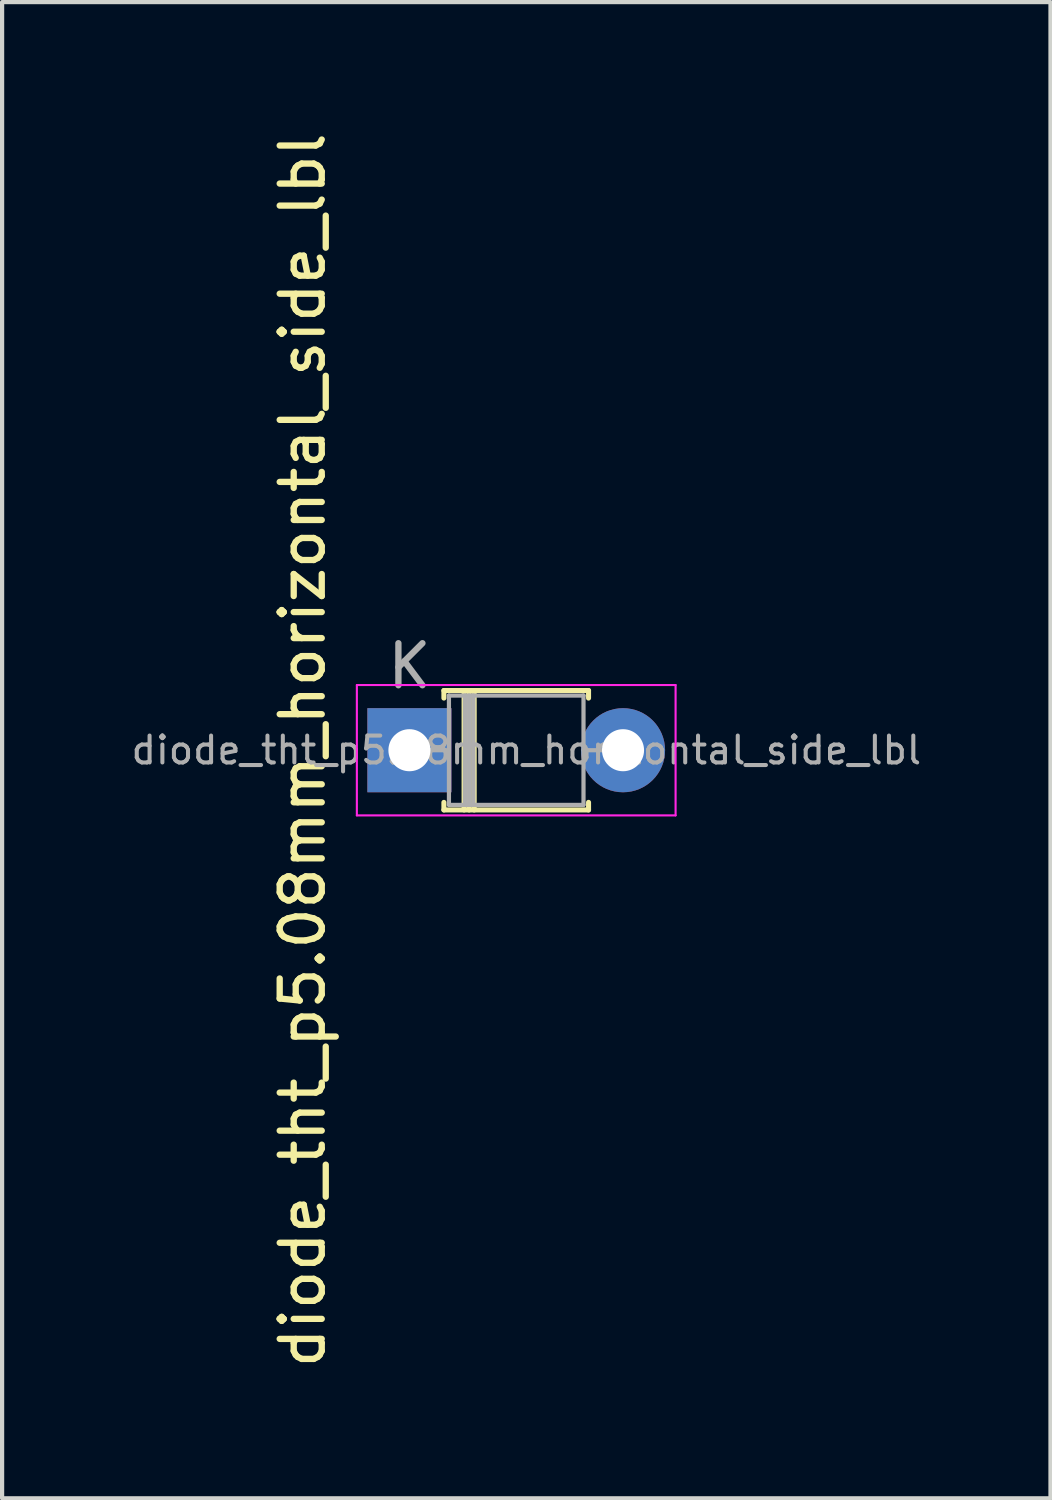
<source format=kicad_pcb>
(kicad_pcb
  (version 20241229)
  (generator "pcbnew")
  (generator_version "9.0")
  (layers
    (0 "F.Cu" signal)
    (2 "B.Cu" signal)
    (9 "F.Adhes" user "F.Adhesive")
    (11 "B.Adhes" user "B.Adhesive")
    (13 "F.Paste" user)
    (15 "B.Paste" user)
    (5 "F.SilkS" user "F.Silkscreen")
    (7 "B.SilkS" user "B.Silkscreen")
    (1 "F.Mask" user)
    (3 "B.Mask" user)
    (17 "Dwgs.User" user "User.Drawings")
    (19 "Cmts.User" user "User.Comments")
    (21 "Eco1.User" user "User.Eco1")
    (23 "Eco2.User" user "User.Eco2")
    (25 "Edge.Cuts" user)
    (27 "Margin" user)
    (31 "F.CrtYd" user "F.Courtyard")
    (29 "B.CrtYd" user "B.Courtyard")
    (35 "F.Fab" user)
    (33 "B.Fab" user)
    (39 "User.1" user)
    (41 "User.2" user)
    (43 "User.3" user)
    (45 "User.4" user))
  (footprint "diode_tht_p5.08mm_horizontal_side_lbl"
    (layer "F.Cu")
    (at 6.687 14.792)
    (property "Reference" "diode_tht_p5.08mm_horizontal_side_lbl" (at -2.54 0 270) (layer "F.SilkS") (effects (font (size 1 1) (thickness 0.15))))
    (attr through_hole)
    (fp_line (start 0.82 -1.42) (end 4.26 -1.42) (stroke (width 0.12) (type solid)) (layer "F.SilkS"))
    (fp_line (start 0.82 -1.24) (end 0.82 -1.42) (stroke (width 0.12) (type solid)) (layer "F.SilkS"))
    (fp_line (start 0.82 1.24) (end 0.82 1.42) (stroke (width 0.12) (type solid)) (layer "F.SilkS"))
    (fp_line (start 0.82 1.42) (end 4.26 1.42) (stroke (width 0.12) (type solid)) (layer "F.SilkS"))
    (fp_line (start 1.3 -1.42) (end 1.3 1.42) (stroke (width 0.12) (type solid)) (layer "F.SilkS"))
    (fp_line (start 1.42 -1.42) (end 1.42 1.42) (stroke (width 0.12) (type solid)) (layer "F.SilkS"))
    (fp_line (start 1.54 -1.42) (end 1.54 1.42) (stroke (width 0.12) (type solid)) (layer "F.SilkS"))
    (fp_line (start 4.26 -1.42) (end 4.26 -1.24) (stroke (width 0.12) (type solid)) (layer "F.SilkS"))
    (fp_line (start 4.26 1.42) (end 4.26 1.24) (stroke (width 0.12) (type solid)) (layer "F.SilkS"))
    (fp_line (start -1.25 -1.55) (end -1.25 1.55) (stroke (width 0.05) (type solid)) (layer "F.CrtYd"))
    (fp_line (start -1.25 1.55) (end 6.33 1.55) (stroke (width 0.05) (type solid)) (layer "F.CrtYd"))
    (fp_line (start 6.33 -1.55) (end -1.25 -1.55) (stroke (width 0.05) (type solid)) (layer "F.CrtYd"))
    (fp_line (start 6.33 1.55) (end 6.33 -1.55) (stroke (width 0.05) (type solid)) (layer "F.CrtYd"))
    (fp_line (start 0 0) (end 0.94 0) (stroke (width 0.1) (type solid)) (layer "F.Fab"))
    (fp_line (start 0.94 -1.3) (end 0.94 1.3) (stroke (width 0.1) (type solid)) (layer "F.Fab"))
    (fp_line (start 0.94 1.3) (end 4.14 1.3) (stroke (width 0.1) (type solid)) (layer "F.Fab"))
    (fp_line (start 1.32 -1.3) (end 1.32 1.3) (stroke (width 0.1) (type solid)) (layer "F.Fab"))
    (fp_line (start 1.42 -1.3) (end 1.42 1.3) (stroke (width 0.1) (type solid)) (layer "F.Fab"))
    (fp_line (start 1.52 -1.3) (end 1.52 1.3) (stroke (width 0.1) (type solid)) (layer "F.Fab"))
    (fp_line (start 4.14 -1.3) (end 0.94 -1.3) (stroke (width 0.1) (type solid)) (layer "F.Fab"))
    (fp_line (start 4.14 1.3) (end 4.14 -1.3) (stroke (width 0.1) (type solid)) (layer "F.Fab"))
    (fp_line (start 5.08 0) (end 4.14 0) (stroke (width 0.1) (type solid)) (layer "F.Fab"))
    (fp_text user "${REFERENCE}" (at 2.78 0 0) (layer "F.Fab") (effects (font (size 0.64 0.64) (thickness 0.096))))
    (fp_text user "K" (at 0 -2 0) (layer "F.Fab") (effects (font (size 1 1) (thickness 0.15))))
    (pad "1" thru_hole rect (at 0 0) (size 2 2) (drill 1) (layers "*.Cu" "*.Mask"))
    (pad "2" thru_hole oval (at 5.08 0) (size 2 2) (drill 1) (layers "*.Cu" "*.Mask")))
  (gr_rect
    (start -3 -3)
    (end 21.933 32.583)
    (stroke (width 0.1) (type default))
    (fill no)
    (layer "Edge.Cuts")))
</source>
